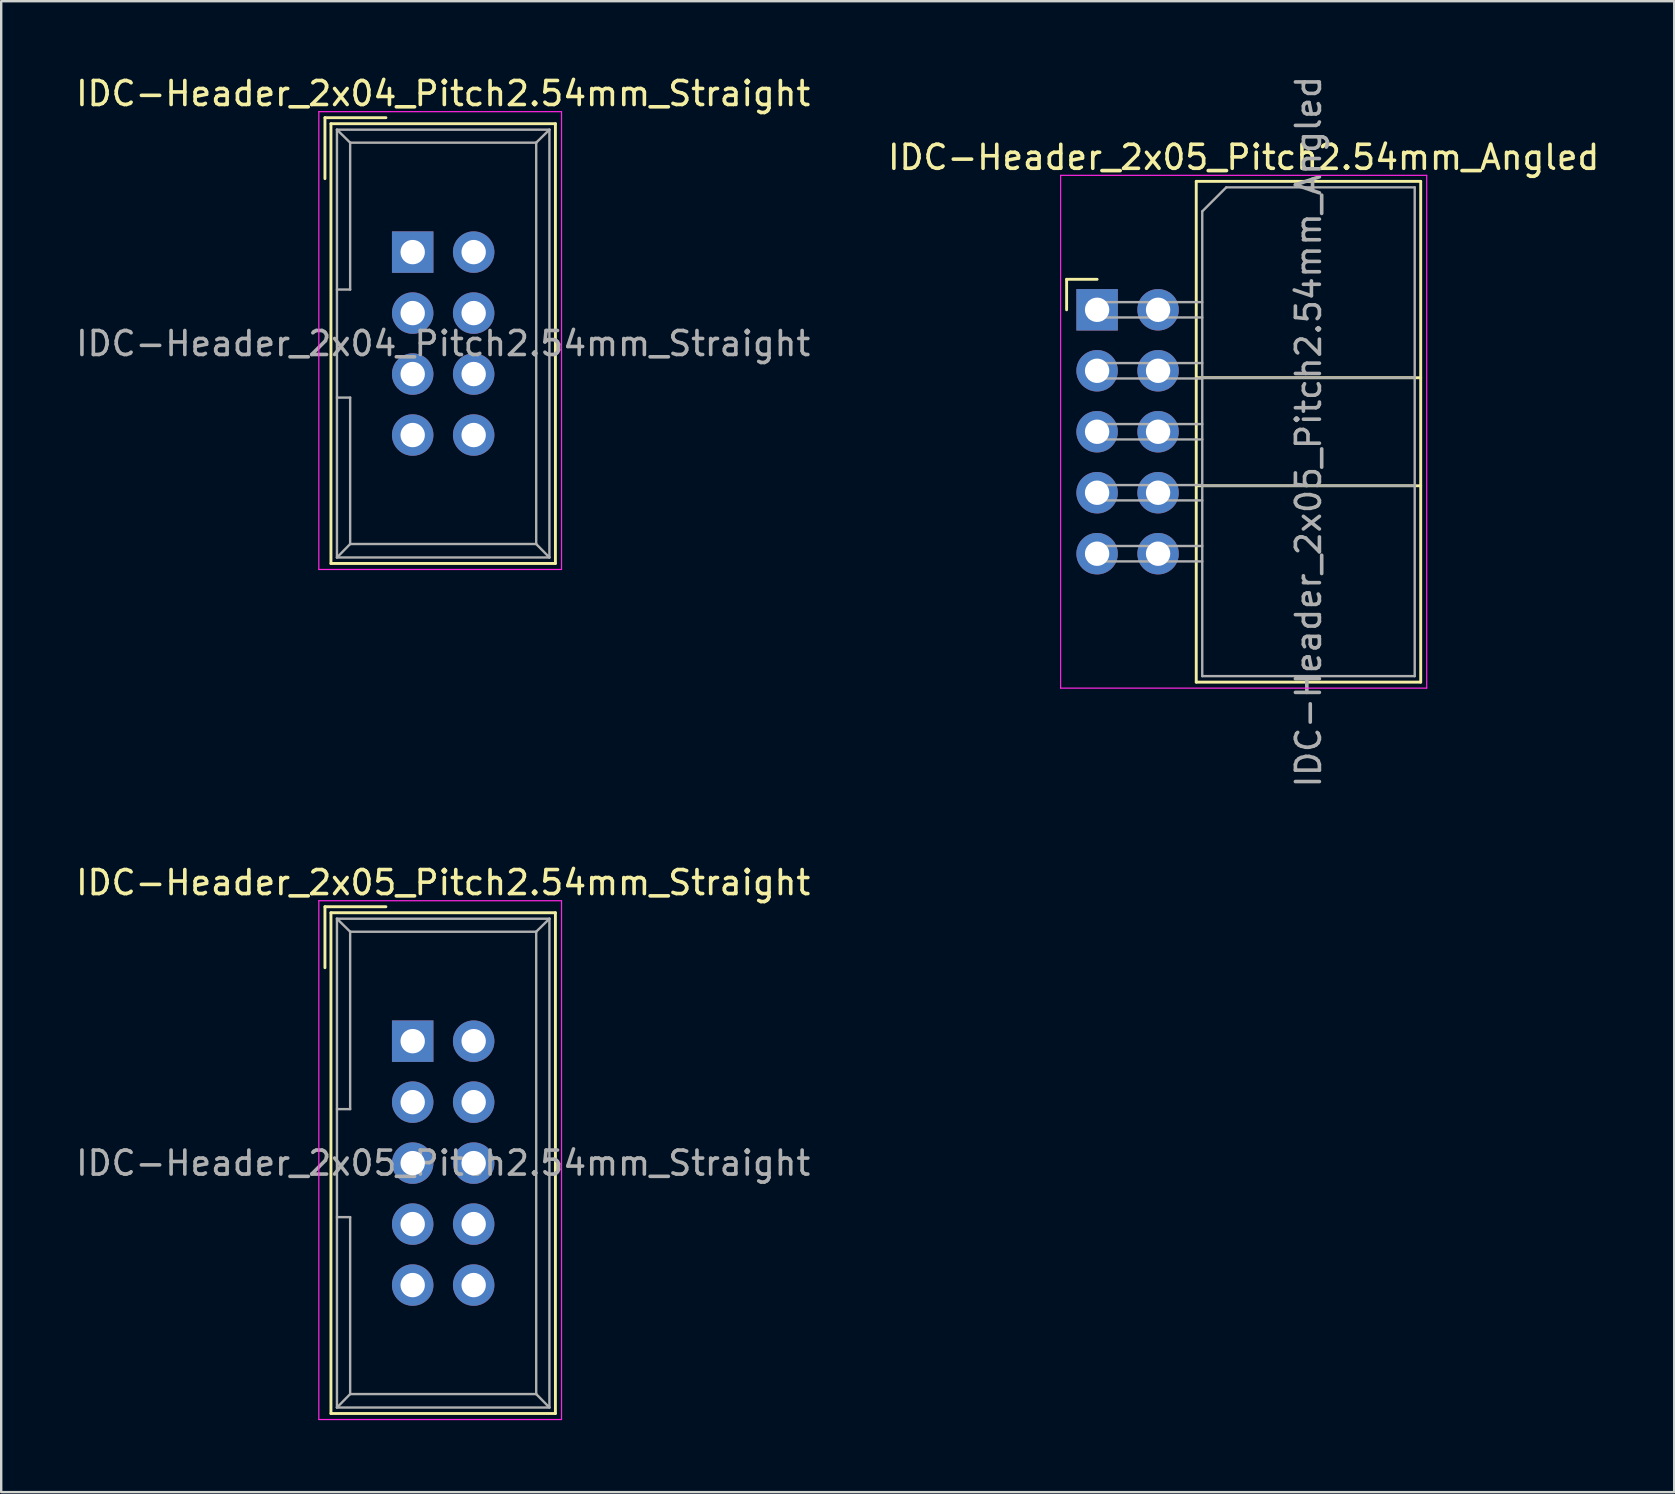
<source format=kicad_pcb>
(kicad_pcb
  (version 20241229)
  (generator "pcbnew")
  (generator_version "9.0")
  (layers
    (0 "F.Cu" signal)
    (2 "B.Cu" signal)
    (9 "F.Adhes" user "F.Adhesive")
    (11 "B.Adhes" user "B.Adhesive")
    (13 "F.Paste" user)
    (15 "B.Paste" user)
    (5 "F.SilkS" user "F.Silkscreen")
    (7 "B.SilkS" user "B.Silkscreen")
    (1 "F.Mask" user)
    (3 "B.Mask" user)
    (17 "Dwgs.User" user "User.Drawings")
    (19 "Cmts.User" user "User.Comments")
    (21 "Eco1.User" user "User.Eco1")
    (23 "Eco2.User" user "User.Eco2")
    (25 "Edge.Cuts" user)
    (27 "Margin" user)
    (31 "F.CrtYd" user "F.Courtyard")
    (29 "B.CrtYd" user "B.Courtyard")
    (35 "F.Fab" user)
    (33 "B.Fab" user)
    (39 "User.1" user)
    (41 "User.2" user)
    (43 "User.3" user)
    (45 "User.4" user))
  (footprint "IDC-Header_2x05_Pitch2.54mm_Angled"
    (layer "F.Cu")
    (at 42.651 9.855)
    (property "Reference" "IDC-Header_2x05_Pitch2.54mm_Angled" (at 6.105 -6.35 0) (layer "F.SilkS") (effects (font (size 1 1) (thickness 0.15))))
    (attr through_hole)
    (fp_line (start -1.27 -1.27) (end -1.27 0) (stroke (width 0.12) (type solid)) (layer "F.SilkS"))
    (fp_line (start 0 -1.27) (end -1.27 -1.27) (stroke (width 0.12) (type solid)) (layer "F.SilkS"))
    (fp_line (start 4.13 -5.35) (end 13.48 -5.35) (stroke (width 0.12) (type solid)) (layer "F.SilkS"))
    (fp_line (start 4.13 2.83) (end 13.48 2.83) (stroke (width 0.12) (type solid)) (layer "F.SilkS"))
    (fp_line (start 4.13 7.33) (end 13.48 7.33) (stroke (width 0.12) (type solid)) (layer "F.SilkS"))
    (fp_line (start 4.13 15.51) (end 4.13 -5.35) (stroke (width 0.12) (type solid)) (layer "F.SilkS"))
    (fp_line (start 4.13 15.51) (end 13.48 15.51) (stroke (width 0.12) (type solid)) (layer "F.SilkS"))
    (fp_line (start 13.48 -5.35) (end 13.48 15.51) (stroke (width 0.12) (type solid)) (layer "F.SilkS"))
    (fp_line (start -1.52 -5.6) (end 13.73 -5.6) (stroke (width 0.05) (type solid)) (layer "F.CrtYd"))
    (fp_line (start -1.52 15.76) (end -1.52 -5.6) (stroke (width 0.05) (type solid)) (layer "F.CrtYd"))
    (fp_line (start 13.73 -5.6) (end 13.73 15.76) (stroke (width 0.05) (type solid)) (layer "F.CrtYd"))
    (fp_line (start 13.73 15.76) (end -1.52 15.76) (stroke (width 0.05) (type solid)) (layer "F.CrtYd"))
    (fp_line (start -0.32 -0.32) (end -0.32 0.32) (stroke (width 0.1) (type solid)) (layer "F.Fab"))
    (fp_line (start -0.32 0.32) (end 4.38 0.32) (stroke (width 0.1) (type solid)) (layer "F.Fab"))
    (fp_line (start -0.32 2.22) (end -0.32 2.86) (stroke (width 0.1) (type solid)) (layer "F.Fab"))
    (fp_line (start -0.32 2.86) (end 4.38 2.86) (stroke (width 0.1) (type solid)) (layer "F.Fab"))
    (fp_line (start -0.32 4.76) (end -0.32 5.4) (stroke (width 0.1) (type solid)) (layer "F.Fab"))
    (fp_line (start -0.32 5.4) (end 4.38 5.4) (stroke (width 0.1) (type solid)) (layer "F.Fab"))
    (fp_line (start -0.32 7.3) (end -0.32 7.94) (stroke (width 0.1) (type solid)) (layer "F.Fab"))
    (fp_line (start -0.32 7.94) (end 4.38 7.94) (stroke (width 0.1) (type solid)) (layer "F.Fab"))
    (fp_line (start -0.32 9.84) (end -0.32 10.48) (stroke (width 0.1) (type solid)) (layer "F.Fab"))
    (fp_line (start -0.32 10.48) (end 4.38 10.48) (stroke (width 0.1) (type solid)) (layer "F.Fab"))
    (fp_line (start 4.38 -4.1) (end 5.38 -5.1) (stroke (width 0.1) (type solid)) (layer "F.Fab"))
    (fp_line (start 4.38 -0.32) (end -0.32 -0.32) (stroke (width 0.1) (type solid)) (layer "F.Fab"))
    (fp_line (start 4.38 2.22) (end -0.32 2.22) (stroke (width 0.1) (type solid)) (layer "F.Fab"))
    (fp_line (start 4.38 2.83) (end 13.23 2.83) (stroke (width 0.1) (type solid)) (layer "F.Fab"))
    (fp_line (start 4.38 4.76) (end -0.32 4.76) (stroke (width 0.1) (type solid)) (layer "F.Fab"))
    (fp_line (start 4.38 7.3) (end -0.32 7.3) (stroke (width 0.1) (type solid)) (layer "F.Fab"))
    (fp_line (start 4.38 7.33) (end 13.23 7.33) (stroke (width 0.1) (type solid)) (layer "F.Fab"))
    (fp_line (start 4.38 9.84) (end -0.32 9.84) (stroke (width 0.1) (type solid)) (layer "F.Fab"))
    (fp_line (start 4.38 15.26) (end 4.38 -4.1) (stroke (width 0.1) (type solid)) (layer "F.Fab"))
    (fp_line (start 4.38 15.26) (end 13.23 15.26) (stroke (width 0.1) (type solid)) (layer "F.Fab"))
    (fp_line (start 5.38 -5.1) (end 13.23 -5.1) (stroke (width 0.1) (type solid)) (layer "F.Fab"))
    (fp_line (start 13.23 15.26) (end 13.23 -5.1) (stroke (width 0.1) (type solid)) (layer "F.Fab"))
    (fp_text user "${REFERENCE}" (at 8.805 5.08 90) (layer "F.Fab") (effects (font (size 1 1) (thickness 0.15))))
    (pad "1" thru_hole rect (at 0 0) (size 1.727 1.727) (drill 1.016) (layers "*.Cu" "*.Mask"))
    (pad "2" thru_hole oval (at 2.54 0) (size 1.727 1.727) (drill 1.016) (layers "*.Cu" "*.Mask"))
    (pad "3" thru_hole oval (at 0 2.54) (size 1.727 1.727) (drill 1.016) (layers "*.Cu" "*.Mask"))
    (pad "4" thru_hole oval (at 2.54 2.54) (size 1.727 1.727) (drill 1.016) (layers "*.Cu" "*.Mask"))
    (pad "5" thru_hole oval (at 0 5.08) (size 1.727 1.727) (drill 1.016) (layers "*.Cu" "*.Mask"))
    (pad "6" thru_hole oval (at 2.54 5.08) (size 1.727 1.727) (drill 1.016) (layers "*.Cu" "*.Mask"))
    (pad "7" thru_hole oval (at 0 7.62) (size 1.727 1.727) (drill 1.016) (layers "*.Cu" "*.Mask"))
    (pad "8" thru_hole oval (at 2.54 7.62) (size 1.727 1.727) (drill 1.016) (layers "*.Cu" "*.Mask"))
    (pad "9" thru_hole oval (at 0 10.16) (size 1.727 1.727) (drill 1.016) (layers "*.Cu" "*.Mask"))
    (pad "10" thru_hole oval (at 2.54 10.16) (size 1.727 1.727) (drill 1.016) (layers "*.Cu" "*.Mask")))
  (footprint "IDC-Header_2x04_Pitch2.54mm_Straight"
    (layer "F.Cu")
    (at 14.141 7.452)
    (property "Reference" "IDC-Header_2x04_Pitch2.54mm_Straight" (at 1.27 -6.604 0) (layer "F.SilkS") (effects (font (size 1 1) (thickness 0.15))))
    (attr through_hole)
    (fp_line (start -3.655 -5.6) (end -3.655 -3.06) (stroke (width 0.12) (type solid)) (layer "F.SilkS"))
    (fp_line (start -3.655 -5.6) (end -1.115 -5.6) (stroke (width 0.12) (type solid)) (layer "F.SilkS"))
    (fp_line (start -3.405 -5.35) (end 5.945 -5.35) (stroke (width 0.12) (type solid)) (layer "F.SilkS"))
    (fp_line (start -3.405 12.97) (end -3.405 -5.35) (stroke (width 0.12) (type solid)) (layer "F.SilkS"))
    (fp_line (start 5.945 -5.35) (end 5.945 12.97) (stroke (width 0.12) (type solid)) (layer "F.SilkS"))
    (fp_line (start 5.945 12.97) (end -3.405 12.97) (stroke (width 0.12) (type solid)) (layer "F.SilkS"))
    (fp_line (start -3.91 -5.85) (end 6.2 -5.85) (stroke (width 0.05) (type solid)) (layer "F.CrtYd"))
    (fp_line (start -3.91 13.22) (end -3.91 -5.85) (stroke (width 0.05) (type solid)) (layer "F.CrtYd"))
    (fp_line (start 6.2 -5.85) (end 6.2 13.22) (stroke (width 0.05) (type solid)) (layer "F.CrtYd"))
    (fp_line (start 6.2 13.22) (end -3.91 13.22) (stroke (width 0.05) (type solid)) (layer "F.CrtYd"))
    (fp_line (start -3.155 -5.1) (end -3.155 12.72) (stroke (width 0.1) (type solid)) (layer "F.Fab"))
    (fp_line (start -3.155 -5.1) (end -2.605 -4.56) (stroke (width 0.1) (type solid)) (layer "F.Fab"))
    (fp_line (start -3.155 12.72) (end -2.605 12.16) (stroke (width 0.1) (type solid)) (layer "F.Fab"))
    (fp_line (start -2.605 -4.56) (end -2.605 1.56) (stroke (width 0.1) (type solid)) (layer "F.Fab"))
    (fp_line (start -2.605 1.56) (end -3.155 1.56) (stroke (width 0.1) (type solid)) (layer "F.Fab"))
    (fp_line (start -2.605 6.06) (end -3.155 6.06) (stroke (width 0.1) (type solid)) (layer "F.Fab"))
    (fp_line (start -2.605 6.06) (end -2.605 12.16) (stroke (width 0.1) (type solid)) (layer "F.Fab"))
    (fp_line (start 5.145 -4.56) (end -2.605 -4.56) (stroke (width 0.1) (type solid)) (layer "F.Fab"))
    (fp_line (start 5.145 -4.56) (end 5.145 12.16) (stroke (width 0.1) (type solid)) (layer "F.Fab"))
    (fp_line (start 5.145 12.16) (end -2.605 12.16) (stroke (width 0.1) (type solid)) (layer "F.Fab"))
    (fp_line (start 5.695 -5.1) (end -3.155 -5.1) (stroke (width 0.1) (type solid)) (layer "F.Fab"))
    (fp_line (start 5.695 -5.1) (end 5.145 -4.56) (stroke (width 0.1) (type solid)) (layer "F.Fab"))
    (fp_line (start 5.695 -5.1) (end 5.695 12.72) (stroke (width 0.1) (type solid)) (layer "F.Fab"))
    (fp_line (start 5.695 12.72) (end -3.155 12.72) (stroke (width 0.1) (type solid)) (layer "F.Fab"))
    (fp_line (start 5.695 12.72) (end 5.145 12.16) (stroke (width 0.1) (type solid)) (layer "F.Fab"))
    (fp_text user "${REFERENCE}" (at 1.27 3.81 0) (layer "F.Fab") (effects (font (size 1 1) (thickness 0.15))))
    (pad "1" thru_hole rect (at 0 0) (size 1.727 1.727) (drill 1.016) (layers "*.Cu" "*.Mask"))
    (pad "2" thru_hole oval (at 2.54 0) (size 1.727 1.727) (drill 1.016) (layers "*.Cu" "*.Mask"))
    (pad "3" thru_hole oval (at 0 2.54) (size 1.727 1.727) (drill 1.016) (layers "*.Cu" "*.Mask"))
    (pad "4" thru_hole oval (at 2.54 2.54) (size 1.727 1.727) (drill 1.016) (layers "*.Cu" "*.Mask"))
    (pad "5" thru_hole oval (at 0 5.08) (size 1.727 1.727) (drill 1.016) (layers "*.Cu" "*.Mask"))
    (pad "6" thru_hole oval (at 2.54 5.08) (size 1.727 1.727) (drill 1.016) (layers "*.Cu" "*.Mask"))
    (pad "7" thru_hole oval (at 0 7.62) (size 1.727 1.727) (drill 1.016) (layers "*.Cu" "*.Mask"))
    (pad "8" thru_hole oval (at 2.54 7.62) (size 1.727 1.727) (drill 1.016) (layers "*.Cu" "*.Mask")))
  (footprint "IDC-Header_2x05_Pitch2.54mm_Straight"
    (layer "F.Cu")
    (at 14.141 40.321)
    (property "Reference" "IDC-Header_2x05_Pitch2.54mm_Straight" (at 1.27 -6.604 0) (layer "F.SilkS") (effects (font (size 1 1) (thickness 0.15))))
    (attr through_hole)
    (fp_line (start -3.655 -5.6) (end -3.655 -3.06) (stroke (width 0.12) (type solid)) (layer "F.SilkS"))
    (fp_line (start -3.655 -5.6) (end -1.115 -5.6) (stroke (width 0.12) (type solid)) (layer "F.SilkS"))
    (fp_line (start -3.405 -5.35) (end 5.945 -5.35) (stroke (width 0.12) (type solid)) (layer "F.SilkS"))
    (fp_line (start -3.405 15.51) (end -3.405 -5.35) (stroke (width 0.12) (type solid)) (layer "F.SilkS"))
    (fp_line (start 5.945 -5.35) (end 5.945 15.51) (stroke (width 0.12) (type solid)) (layer "F.SilkS"))
    (fp_line (start 5.945 15.51) (end -3.405 15.51) (stroke (width 0.12) (type solid)) (layer "F.SilkS"))
    (fp_line (start -3.91 -5.85) (end 6.2 -5.85) (stroke (width 0.05) (type solid)) (layer "F.CrtYd"))
    (fp_line (start -3.91 15.76) (end -3.91 -5.85) (stroke (width 0.05) (type solid)) (layer "F.CrtYd"))
    (fp_line (start 6.2 -5.85) (end 6.2 15.76) (stroke (width 0.05) (type solid)) (layer "F.CrtYd"))
    (fp_line (start 6.2 15.76) (end -3.91 15.76) (stroke (width 0.05) (type solid)) (layer "F.CrtYd"))
    (fp_line (start -3.155 -5.1) (end -3.155 15.26) (stroke (width 0.1) (type solid)) (layer "F.Fab"))
    (fp_line (start -3.155 -5.1) (end -2.605 -4.56) (stroke (width 0.1) (type solid)) (layer "F.Fab"))
    (fp_line (start -3.155 15.26) (end -2.605 14.7) (stroke (width 0.1) (type solid)) (layer "F.Fab"))
    (fp_line (start -2.605 -4.56) (end -2.605 2.83) (stroke (width 0.1) (type solid)) (layer "F.Fab"))
    (fp_line (start -2.605 2.83) (end -3.155 2.83) (stroke (width 0.1) (type solid)) (layer "F.Fab"))
    (fp_line (start -2.605 7.33) (end -3.155 7.33) (stroke (width 0.1) (type solid)) (layer "F.Fab"))
    (fp_line (start -2.605 7.33) (end -2.605 14.7) (stroke (width 0.1) (type solid)) (layer "F.Fab"))
    (fp_line (start 5.145 -4.56) (end -2.605 -4.56) (stroke (width 0.1) (type solid)) (layer "F.Fab"))
    (fp_line (start 5.145 -4.56) (end 5.145 14.7) (stroke (width 0.1) (type solid)) (layer "F.Fab"))
    (fp_line (start 5.145 14.7) (end -2.605 14.7) (stroke (width 0.1) (type solid)) (layer "F.Fab"))
    (fp_line (start 5.695 -5.1) (end -3.155 -5.1) (stroke (width 0.1) (type solid)) (layer "F.Fab"))
    (fp_line (start 5.695 -5.1) (end 5.145 -4.56) (stroke (width 0.1) (type solid)) (layer "F.Fab"))
    (fp_line (start 5.695 -5.1) (end 5.695 15.26) (stroke (width 0.1) (type solid)) (layer "F.Fab"))
    (fp_line (start 5.695 15.26) (end -3.155 15.26) (stroke (width 0.1) (type solid)) (layer "F.Fab"))
    (fp_line (start 5.695 15.26) (end 5.145 14.7) (stroke (width 0.1) (type solid)) (layer "F.Fab"))
    (fp_text user "${REFERENCE}" (at 1.27 5.08 0) (layer "F.Fab") (effects (font (size 1 1) (thickness 0.15))))
    (pad "1" thru_hole rect (at 0 0) (size 1.727 1.727) (drill 1.016) (layers "*.Cu" "*.Mask"))
    (pad "2" thru_hole oval (at 2.54 0) (size 1.727 1.727) (drill 1.016) (layers "*.Cu" "*.Mask"))
    (pad "3" thru_hole oval (at 0 2.54) (size 1.727 1.727) (drill 1.016) (layers "*.Cu" "*.Mask"))
    (pad "4" thru_hole oval (at 2.54 2.54) (size 1.727 1.727) (drill 1.016) (layers "*.Cu" "*.Mask"))
    (pad "5" thru_hole oval (at 0 5.08) (size 1.727 1.727) (drill 1.016) (layers "*.Cu" "*.Mask"))
    (pad "6" thru_hole oval (at 2.54 5.08) (size 1.727 1.727) (drill 1.016) (layers "*.Cu" "*.Mask"))
    (pad "7" thru_hole oval (at 0 7.62) (size 1.727 1.727) (drill 1.016) (layers "*.Cu" "*.Mask"))
    (pad "8" thru_hole oval (at 2.54 7.62) (size 1.727 1.727) (drill 1.016) (layers "*.Cu" "*.Mask"))
    (pad "9" thru_hole oval (at 0 10.16) (size 1.727 1.727) (drill 1.016) (layers "*.Cu" "*.Mask"))
    (pad "10" thru_hole oval (at 2.54 10.16) (size 1.727 1.727) (drill 1.016) (layers "*.Cu" "*.Mask")))
  (gr_rect
    (start -3 -3)
    (end 66.69 59.106)
    (stroke (width 0.1) (type default))
    (fill no)
    (layer "Edge.Cuts")))
</source>
